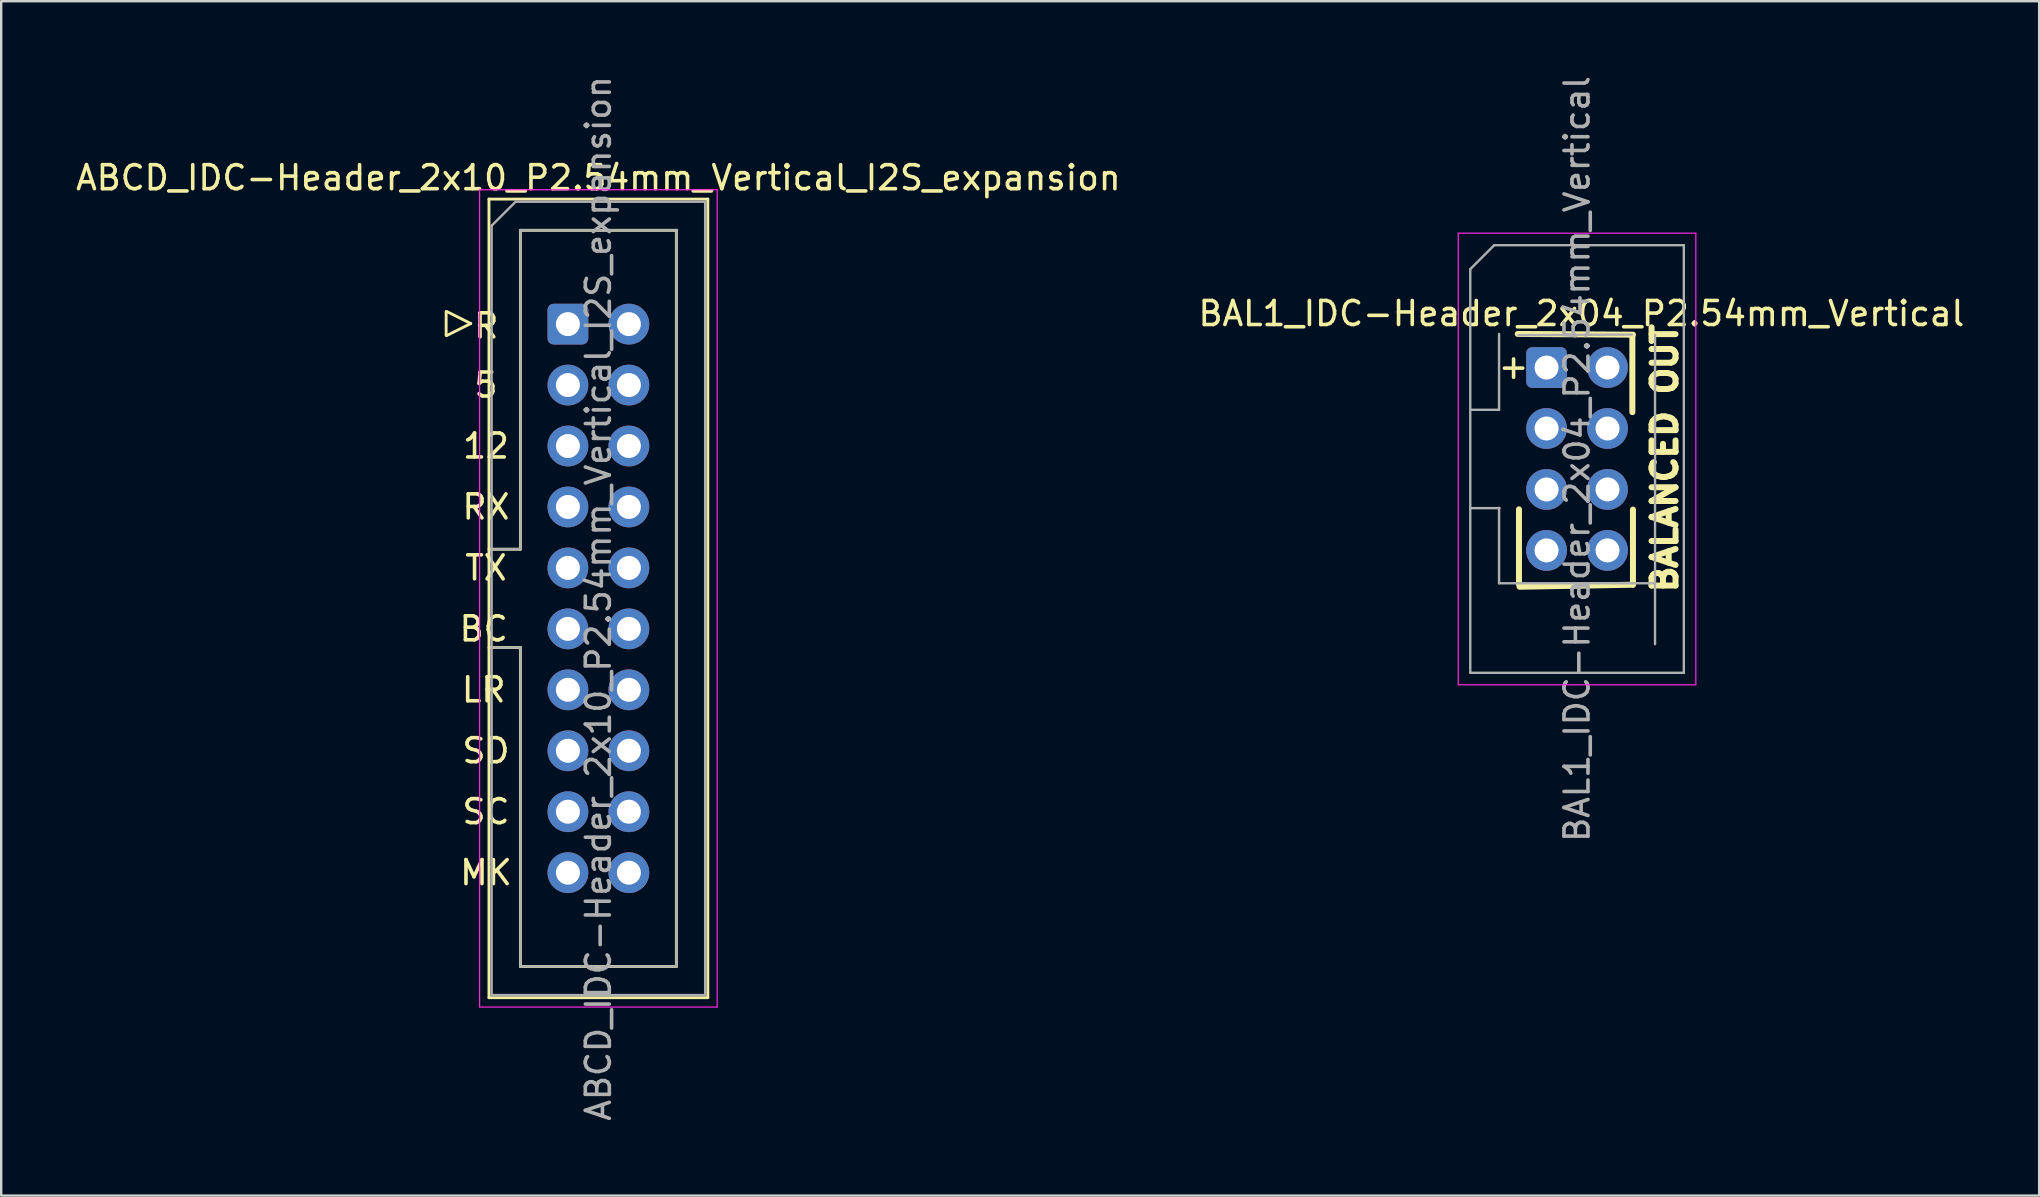
<source format=kicad_pcb>
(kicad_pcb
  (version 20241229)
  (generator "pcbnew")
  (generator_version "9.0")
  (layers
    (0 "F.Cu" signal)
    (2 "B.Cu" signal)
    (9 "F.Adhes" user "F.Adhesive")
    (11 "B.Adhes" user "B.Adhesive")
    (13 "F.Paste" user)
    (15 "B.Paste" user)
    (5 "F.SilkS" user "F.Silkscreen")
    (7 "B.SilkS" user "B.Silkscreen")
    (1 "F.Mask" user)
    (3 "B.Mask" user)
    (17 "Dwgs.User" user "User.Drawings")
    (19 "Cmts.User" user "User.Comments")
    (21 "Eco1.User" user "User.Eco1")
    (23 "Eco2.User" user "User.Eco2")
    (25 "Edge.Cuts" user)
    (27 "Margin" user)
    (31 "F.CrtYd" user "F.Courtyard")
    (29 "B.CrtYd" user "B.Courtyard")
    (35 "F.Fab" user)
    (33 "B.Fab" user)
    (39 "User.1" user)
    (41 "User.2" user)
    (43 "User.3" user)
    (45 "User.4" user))
  (footprint "ABCD_IDC-Header_2x10_P2.54mm_Vertical_I2S_expansion"
    (layer "F.Cu")
    (at 20.617 10.457)
    (property "Reference" "ABCD_IDC-Header_2x10_P2.54mm_Vertical_I2S_expansion" (at 1.27 -6.1 0) (layer "F.SilkS") (effects (font (size 1 1) (thickness 0.15))))
    (attr through_hole)
    (fp_line (start -5.075 -0.525) (end -5.075 0.475) (stroke (width 0.12) (type solid)) (layer "F.SilkS"))
    (fp_line (start -5.05 0.475) (end -4.05 -0.025) (stroke (width 0.12) (type solid)) (layer "F.SilkS"))
    (fp_line (start -4.05 -0.025) (end -5.05 -0.525) (stroke (width 0.12) (type solid)) (layer "F.SilkS"))
    (fp_line (start -3.29 -5.21) (end 5.83 -5.21) (stroke (width 0.12) (type solid)) (layer "F.SilkS"))
    (fp_line (start -3.29 9.38) (end -1.98 9.38) (stroke (width 0.12) (type solid)) (layer "F.SilkS"))
    (fp_line (start -3.29 28.07) (end -3.29 -5.21) (stroke (width 0.12) (type solid)) (layer "F.SilkS"))
    (fp_line (start -1.98 -3.91) (end 4.52 -3.91) (stroke (width 0.12) (type solid)) (layer "F.SilkS"))
    (fp_line (start -1.98 9.38) (end -1.98 -3.91) (stroke (width 0.12) (type solid)) (layer "F.SilkS"))
    (fp_line (start -1.98 13.48) (end -3.29 13.48) (stroke (width 0.12) (type solid)) (layer "F.SilkS"))
    (fp_line (start -1.98 13.48) (end -1.98 13.48) (stroke (width 0.12) (type solid)) (layer "F.SilkS"))
    (fp_line (start -1.98 26.77) (end -1.98 13.48) (stroke (width 0.12) (type solid)) (layer "F.SilkS"))
    (fp_line (start 4.52 -3.91) (end 4.52 26.77) (stroke (width 0.12) (type solid)) (layer "F.SilkS"))
    (fp_line (start 4.52 26.77) (end -1.98 26.77) (stroke (width 0.12) (type solid)) (layer "F.SilkS"))
    (fp_line (start 5.83 -5.21) (end 5.83 28.07) (stroke (width 0.12) (type solid)) (layer "F.SilkS"))
    (fp_line (start 5.83 28.07) (end -3.29 28.07) (stroke (width 0.12) (type solid)) (layer "F.SilkS"))
    (fp_line (start -3.68 -5.6) (end -3.68 28.46) (stroke (width 0.05) (type solid)) (layer "F.CrtYd"))
    (fp_line (start -3.68 28.46) (end 6.22 28.46) (stroke (width 0.05) (type solid)) (layer "F.CrtYd"))
    (fp_line (start 6.22 -5.6) (end -3.68 -5.6) (stroke (width 0.05) (type solid)) (layer "F.CrtYd"))
    (fp_line (start 6.22 28.46) (end 6.22 -5.6) (stroke (width 0.05) (type solid)) (layer "F.CrtYd"))
    (fp_line (start -3.18 -4.1) (end -2.18 -5.1) (stroke (width 0.1) (type solid)) (layer "F.Fab"))
    (fp_line (start -3.18 9.38) (end -1.98 9.38) (stroke (width 0.1) (type solid)) (layer "F.Fab"))
    (fp_line (start -3.18 27.96) (end -3.18 -4.1) (stroke (width 0.1) (type solid)) (layer "F.Fab"))
    (fp_line (start -2.18 -5.1) (end 5.72 -5.1) (stroke (width 0.1) (type solid)) (layer "F.Fab"))
    (fp_line (start -1.98 -3.91) (end 4.52 -3.91) (stroke (width 0.1) (type solid)) (layer "F.Fab"))
    (fp_line (start -1.98 9.38) (end -1.98 -3.91) (stroke (width 0.1) (type solid)) (layer "F.Fab"))
    (fp_line (start -1.98 13.48) (end -3.18 13.48) (stroke (width 0.1) (type solid)) (layer "F.Fab"))
    (fp_line (start -1.98 13.48) (end -1.98 13.48) (stroke (width 0.1) (type solid)) (layer "F.Fab"))
    (fp_line (start -1.98 26.77) (end -1.98 13.48) (stroke (width 0.1) (type solid)) (layer "F.Fab"))
    (fp_line (start 4.52 -3.91) (end 4.52 26.77) (stroke (width 0.1) (type solid)) (layer "F.Fab"))
    (fp_line (start 4.52 26.77) (end -1.98 26.77) (stroke (width 0.1) (type solid)) (layer "F.Fab"))
    (fp_line (start 5.72 -5.1) (end 5.72 27.96) (stroke (width 0.1) (type solid)) (layer "F.Fab"))
    (fp_line (start 5.72 27.96) (end -3.18 27.96) (stroke (width 0.1) (type solid)) (layer "F.Fab"))
    (fp_text user "RX" (at -3.415 7.62 0) (unlocked yes) (layer "F.SilkS") (effects (font (size 1 1) (thickness 0.15))))
    (fp_text user "LR" (at -3.51 15.24 0) (unlocked yes) (layer "F.SilkS") (effects (font (size 1 1) (thickness 0.15))))
    (fp_text user "SC" (at -3.415 20.32 0) (unlocked yes) (layer "F.SilkS") (effects (font (size 1 1) (thickness 0.15))))
    (fp_text user "BC" (at -3.51 12.7 0) (unlocked yes) (layer "F.SilkS") (effects (font (size 1 1) (thickness 0.15))))
    (fp_text user "MK" (at -3.415 22.86 0) (unlocked yes) (layer "F.SilkS") (effects (font (size 1 1) (thickness 0.15))))
    (fp_text user "12" (at -3.415 5.08 0) (unlocked yes) (layer "F.SilkS") (effects (font (size 1 1) (thickness 0.15))))
    (fp_text user "5" (at -3.415 2.54 0) (unlocked yes) (layer "F.SilkS") (effects (font (size 1 1) (thickness 0.15))))
    (fp_text user "TX" (at -3.415 10.16 0) (unlocked yes) (layer "F.SilkS") (effects (font (size 1 1) (thickness 0.15))))
    (fp_text user "R" (at -3.4 0.075 0) (unlocked yes) (layer "F.SilkS") (effects (font (size 1 1) (thickness 0.15))))
    (fp_text user "SD" (at -3.415 17.78 0) (unlocked yes) (layer "F.SilkS") (effects (font (size 1 1) (thickness 0.15))))
    (fp_text user "${REFERENCE}" (at 1.27 11.43 90) (layer "F.Fab") (effects (font (size 1 1) (thickness 0.15))))
    (pad "1" thru_hole roundrect (at 0 0) (size 1.7 1.7) (drill 1) (layers "*.Cu" "*.Mask") (roundrect_rratio 0.147))
    (pad "2" thru_hole circle (at 2.54 0) (size 1.7 1.7) (drill 1) (layers "*.Cu" "*.Mask"))
    (pad "3" thru_hole circle (at 0 2.54) (size 1.7 1.7) (drill 1) (layers "*.Cu" "*.Mask"))
    (pad "4" thru_hole circle (at 2.54 2.54) (size 1.7 1.7) (drill 1) (layers "*.Cu" "*.Mask"))
    (pad "5" thru_hole circle (at 0 5.08) (size 1.7 1.7) (drill 1) (layers "*.Cu" "*.Mask"))
    (pad "6" thru_hole circle (at 2.54 5.08) (size 1.7 1.7) (drill 1) (layers "*.Cu" "*.Mask"))
    (pad "7" thru_hole circle (at 0 7.62) (size 1.7 1.7) (drill 1) (layers "*.Cu" "*.Mask"))
    (pad "8" thru_hole circle (at 2.54 7.62) (size 1.7 1.7) (drill 1) (layers "*.Cu" "*.Mask"))
    (pad "9" thru_hole circle (at 0 10.16) (size 1.7 1.7) (drill 1) (layers "*.Cu" "*.Mask"))
    (pad "10" thru_hole circle (at 2.54 10.16) (size 1.7 1.7) (drill 1) (layers "*.Cu" "*.Mask"))
    (pad "11" thru_hole circle (at 0 12.7) (size 1.7 1.7) (drill 1) (layers "*.Cu" "*.Mask"))
    (pad "12" thru_hole circle (at 2.54 12.7) (size 1.7 1.7) (drill 1) (layers "*.Cu" "*.Mask"))
    (pad "13" thru_hole circle (at 0 15.24) (size 1.7 1.7) (drill 1) (layers "*.Cu" "*.Mask"))
    (pad "14" thru_hole circle (at 2.54 15.24) (size 1.7 1.7) (drill 1) (layers "*.Cu" "*.Mask"))
    (pad "15" thru_hole circle (at 0 17.78) (size 1.7 1.7) (drill 1) (layers "*.Cu" "*.Mask"))
    (pad "16" thru_hole circle (at 2.54 17.78) (size 1.7 1.7) (drill 1) (layers "*.Cu" "*.Mask"))
    (pad "17" thru_hole circle (at 0 20.32) (size 1.7 1.7) (drill 1) (layers "*.Cu" "*.Mask"))
    (pad "18" thru_hole circle (at 2.54 20.32) (size 1.7 1.7) (drill 1) (layers "*.Cu" "*.Mask"))
    (pad "19" thru_hole circle (at 0 22.86) (size 1.7 1.7) (drill 1) (layers "*.Cu" "*.Mask"))
    (pad "20" thru_hole circle (at 2.54 22.86) (size 1.7 1.7) (drill 1) (layers "*.Cu" "*.Mask")))
  (footprint "BAL1_IDC-Header_2x04_P2.54mm_Vertical"
    (layer "F.Cu")
    (at 61.401 12.267)
    (property "Reference" "BAL1_IDC-Header_2x04_P2.54mm_Vertical" (at 1.45 -2.25 0) (layer "F.SilkS") (effects (font (size 1 1) (thickness 0.15))))
    (property "Label" "BALANCED OUT" (at 0 0 0) (layer "F.Fab") (hide yes) (effects (font (size 1.27 1.27) (thickness 0.15))))
    (attr through_hole)
    (fp_line (start -1.98 5.86) (end -1.98 5.86) (stroke (width 0.12) (type solid)) (layer "F.SilkS"))
    (fp_line (start -1.2 -1.4) (end 3.6 -1.37) (stroke (width 0.25) (type solid)) (layer "F.SilkS"))
    (fp_line (start -1.15 9.04) (end -1.15 5.91) (stroke (width 0.25) (type solid)) (layer "F.SilkS"))
    (fp_line (start 3.575 1.86) (end 3.575 -1.3) (stroke (width 0.25) (type solid)) (layer "F.SilkS"))
    (fp_line (start 3.6 9.05) (end -1.125 9.135) (stroke (width 0.25) (type solid)) (layer "F.SilkS"))
    (fp_line (start 3.6 9.05) (end 3.6 5.92) (stroke (width 0.25) (type solid)) (layer "F.SilkS"))
    (fp_line (start -3.68 -5.6) (end -3.68 13.22) (stroke (width 0.05) (type solid)) (layer "F.CrtYd"))
    (fp_line (start -3.68 13.22) (end 6.22 13.22) (stroke (width 0.05) (type solid)) (layer "F.CrtYd"))
    (fp_line (start 6.22 -5.6) (end -3.68 -5.6) (stroke (width 0.05) (type solid)) (layer "F.CrtYd"))
    (fp_line (start 6.22 13.22) (end 6.22 -5.6) (stroke (width 0.05) (type solid)) (layer "F.CrtYd"))
    (fp_line (start -3.18 -4.1) (end -2.18 -5.1) (stroke (width 0.1) (type solid)) (layer "F.Fab"))
    (fp_line (start -3.18 1.76) (end -1.98 1.76) (stroke (width 0.1) (type solid)) (layer "F.Fab"))
    (fp_line (start -3.18 12.72) (end -3.18 -4.1) (stroke (width 0.1) (type solid)) (layer "F.Fab"))
    (fp_line (start -2.18 -5.1) (end 5.72 -5.1) (stroke (width 0.1) (type solid)) (layer "F.Fab"))
    (fp_line (start -1.98 1.76) (end -1.98 -1.4) (stroke (width 0.1) (type solid)) (layer "F.Fab"))
    (fp_line (start -1.98 5.86) (end -3.18 5.86) (stroke (width 0.1) (type solid)) (layer "F.Fab"))
    (fp_line (start -1.98 5.86) (end -1.98 5.86) (stroke (width 0.1) (type solid)) (layer "F.Fab"))
    (fp_line (start -1.98 8.99) (end -1.98 5.86) (stroke (width 0.1) (type solid)) (layer "F.Fab"))
    (fp_line (start -1.175 -1.35) (end 3.55 -1.375) (stroke (width 0.1) (type solid)) (layer "F.Fab"))
    (fp_line (start 4.52 -1.37) (end 4.52 11.53) (stroke (width 0.1) (type solid)) (layer "F.Fab"))
    (fp_line (start 4.52 8.99) (end -1.98 8.99) (stroke (width 0.1) (type solid)) (layer "F.Fab"))
    (fp_line (start 5.72 -5.1) (end 5.72 12.72) (stroke (width 0.1) (type solid)) (layer "F.Fab"))
    (fp_line (start 5.72 12.72) (end -3.18 12.72) (stroke (width 0.1) (type solid)) (layer "F.Fab"))
    (fp_text user "${Label}" (at 4.925 3.775 90) (layer "F.SilkS") (effects (font (size 1 1) (thickness 0.25))))
    (fp_text user "+" (at -1.375 -0.05 0) (unlocked yes) (layer "F.SilkS") (effects (font (size 1 1) (thickness 0.15))))
    (fp_text user "${REFERENCE}" (at 1.27 3.81 90) (layer "F.Fab") (effects (font (size 1 1) (thickness 0.15))))
    (pad "1" thru_hole roundrect (at 0 0) (size 1.7 1.7) (drill 1) (layers "*.Cu" "*.Mask") (roundrect_rratio 0.147))
    (pad "2" thru_hole circle (at 2.54 0) (size 1.7 1.7) (drill 1) (layers "*.Cu" "*.Mask"))
    (pad "3" thru_hole circle (at 0 2.54) (size 1.7 1.7) (drill 1) (layers "*.Cu" "*.Mask"))
    (pad "4" thru_hole circle (at 2.54 2.54) (size 1.7 1.7) (drill 1) (layers "*.Cu" "*.Mask"))
    (pad "5" thru_hole circle (at 0 5.08) (size 1.7 1.7) (drill 1) (layers "*.Cu" "*.Mask"))
    (pad "6" thru_hole circle (at 2.54 5.08) (size 1.7 1.7) (drill 1) (layers "*.Cu" "*.Mask"))
    (pad "7" thru_hole circle (at 0 7.62) (size 1.7 1.7) (drill 1) (layers "*.Cu" "*.Mask"))
    (pad "8" thru_hole circle (at 2.54 7.62) (size 1.7 1.7) (drill 1) (layers "*.Cu" "*.Mask")))
  (gr_rect
    (start -3 -3)
    (end 81.929 46.774)
    (stroke (width 0.1) (type default))
    (fill no)
    (layer "Edge.Cuts")))
</source>
